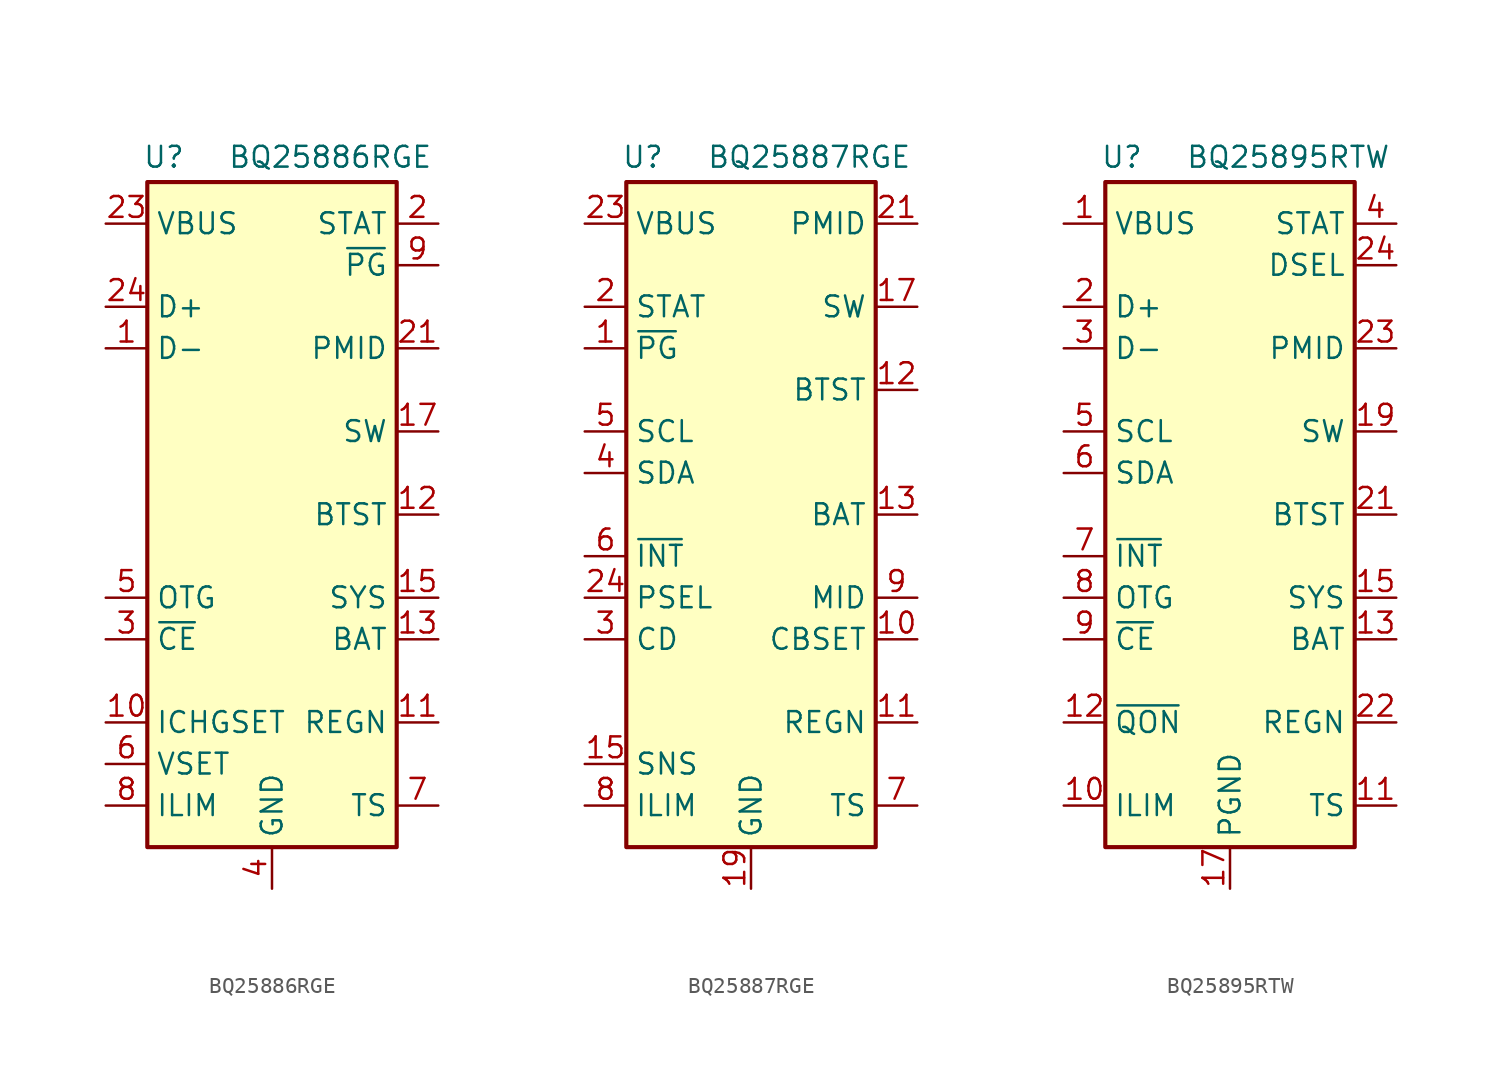
<source format=kicad_sym>
(kicad_symbol_lib
  (version 20241209)
  (generator "kicad_symbol_editor")
  (generator_version "9.0")
  (symbol "BQ25886RGE"
    (property "Reference" "U"
      (at -6.604 21.844 0)
      (effects (font (size 1.27 1.27))))
    (property "Value" "BQ25886RGE"
      (at 3.556 21.844 0)
      (effects (font (size 1.27 1.27))))
    (symbol "BQ25886RGE_0_1"
      (rectangle (start -7.62 20.32) (end 7.62 -20.32) (stroke (width 0.254) (type default)) (fill (type background))))
    (symbol "BQ25886RGE_1_1"
      (pin power_in line (at -10.16 17.78 0) (length 2.54) (name "VBUS" (effects (font (size 1.27 1.27)))) (number "23" (effects (font (size 1.27 1.27)))))
      (pin bidirectional line (at -10.16 12.7 0) (length 2.54) (name "D+" (effects (font (size 1.27 1.27)))) (number "24" (effects (font (size 1.27 1.27)))))
      (pin bidirectional line (at -10.16 10.16 0) (length 2.54) (name "D-" (effects (font (size 1.27 1.27)))) (number "1" (effects (font (size 1.27 1.27)))))
      (pin input line (at -10.16 -5.08 0) (length 2.54) (name "OTG" (effects (font (size 1.27 1.27)))) (number "5" (effects (font (size 1.27 1.27)))))
      (pin input line (at -10.16 -7.62 0) (length 2.54) (name "~{CE}" (effects (font (size 1.27 1.27)))) (number "3" (effects (font (size 1.27 1.27)))))
      (pin passive line (at -10.16 -12.7 0) (length 2.54) (name "ICHGSET" (effects (font (size 1.27 1.27)))) (number "10" (effects (font (size 1.27 1.27)))))
      (pin passive line (at -10.16 -15.24 0) (length 2.54) (name "VSET" (effects (font (size 1.27 1.27)))) (number "6" (effects (font (size 1.27 1.27)))))
      (pin passive line (at -10.16 -17.78 0) (length 2.54) (name "ILIM" (effects (font (size 1.27 1.27)))) (number "8" (effects (font (size 1.27 1.27)))))
      (pin passive line (at 0 -22.86 90) (length 2.54) (hide yes) (name "GND" (effects (font (size 1.27 1.27)))) (number "19" (effects (font (size 1.27 1.27)))))
      (pin passive line (at 0 -22.86 90) (length 2.54) (hide yes) (name "GND" (effects (font (size 1.27 1.27)))) (number "20" (effects (font (size 1.27 1.27)))))
      (pin passive line (at 0 -22.86 90) (length 2.54) (hide yes) (name "GND" (effects (font (size 1.27 1.27)))) (number "25" (effects (font (size 1.27 1.27)))))
      (pin power_in line (at 0 -22.86 90) (length 2.54) (name "GND" (effects (font (size 1.27 1.27)))) (number "4" (effects (font (size 1.27 1.27)))))
      (pin open_collector line (at 10.16 17.78 180) (length 2.54) (name "STAT" (effects (font (size 1.27 1.27)))) (number "2" (effects (font (size 1.27 1.27)))))
      (pin open_collector line (at 10.16 15.24 180) (length 2.54) (name "~{PG}" (effects (font (size 1.27 1.27)))) (number "9" (effects (font (size 1.27 1.27)))))
      (pin power_out line (at 10.16 10.16 180) (length 2.54) (name "PMID" (effects (font (size 1.27 1.27)))) (number "21" (effects (font (size 1.27 1.27)))))
      (pin passive line (at 10.16 10.16 180) (length 2.54) (hide yes) (name "PMID" (effects (font (size 1.27 1.27)))) (number "22" (effects (font (size 1.27 1.27)))))
      (pin power_in line (at 10.16 5.08 180) (length 2.54) (name "SW" (effects (font (size 1.27 1.27)))) (number "17" (effects (font (size 1.27 1.27)))))
      (pin passive line (at 10.16 5.08 180) (length 2.54) (hide yes) (name "SW" (effects (font (size 1.27 1.27)))) (number "18" (effects (font (size 1.27 1.27)))))
      (pin passive line (at 10.16 0 180) (length 2.54) (name "BTST" (effects (font (size 1.27 1.27)))) (number "12" (effects (font (size 1.27 1.27)))))
      (pin power_out line (at 10.16 -5.08 180) (length 2.54) (name "SYS" (effects (font (size 1.27 1.27)))) (number "15" (effects (font (size 1.27 1.27)))))
      (pin passive line (at 10.16 -5.08 180) (length 2.54) (hide yes) (name "SYS" (effects (font (size 1.27 1.27)))) (number "16" (effects (font (size 1.27 1.27)))))
      (pin passive line (at 10.16 -7.62 180) (length 2.54) (name "BAT" (effects (font (size 1.27 1.27)))) (number "13" (effects (font (size 1.27 1.27)))))
      (pin passive line (at 10.16 -7.62 180) (length 2.54) (hide yes) (name "BAT" (effects (font (size 1.27 1.27)))) (number "14" (effects (font (size 1.27 1.27)))))
      (pin power_out line (at 10.16 -12.7 180) (length 2.54) (name "REGN" (effects (font (size 1.27 1.27)))) (number "11" (effects (font (size 1.27 1.27)))))
      (pin input line (at 10.16 -17.78 180) (length 2.54) (name "TS" (effects (font (size 1.27 1.27)))) (number "7" (effects (font (size 1.27 1.27)))))))
  (symbol "BQ25887RGE"
    (property "Reference" "U"
      (at -6.604 21.844 0)
      (effects (font (size 1.27 1.27))))
    (property "Value" "BQ25887RGE"
      (at 3.556 21.844 0)
      (effects (font (size 1.27 1.27))))
    (symbol "BQ25887RGE_1_1"
      (rectangle (start -7.62 20.32) (end 7.62 -20.32) (stroke (width 0.254) (type default)) (fill (type background)))
      (pin power_in line (at -10.16 17.78 0) (length 2.54) (name "VBUS" (effects (font (size 1.27 1.27)))) (number "23" (effects (font (size 1.27 1.27)))))
      (pin open_collector line (at -10.16 12.7 0) (length 2.54) (name "STAT" (effects (font (size 1.27 1.27)))) (number "2" (effects (font (size 1.27 1.27)))))
      (pin open_collector line (at -10.16 10.16 0) (length 2.54) (name "~{PG}" (effects (font (size 1.27 1.27)))) (number "1" (effects (font (size 1.27 1.27)))))
      (pin input line (at -10.16 5.08 0) (length 2.54) (name "SCL" (effects (font (size 1.27 1.27)))) (number "5" (effects (font (size 1.27 1.27)))))
      (pin bidirectional line (at -10.16 2.54 0) (length 2.54) (name "SDA" (effects (font (size 1.27 1.27)))) (number "4" (effects (font (size 1.27 1.27)))))
      (pin open_collector line (at -10.16 -2.54 0) (length 2.54) (name "~{INT}" (effects (font (size 1.27 1.27)))) (number "6" (effects (font (size 1.27 1.27)))))
      (pin input line (at -10.16 -5.08 0) (length 2.54) (name "PSEL" (effects (font (size 1.27 1.27)))) (number "24" (effects (font (size 1.27 1.27)))))
      (pin input line (at -10.16 -7.62 0) (length 2.54) (name "CD" (effects (font (size 1.27 1.27)))) (number "3" (effects (font (size 1.27 1.27)))))
      (pin output line (at -10.16 -15.24 0) (length 2.54) (name "SNS" (effects (font (size 1.27 1.27)))) (number "15" (effects (font (size 1.27 1.27)))))
      (pin passive line (at -10.16 -15.24 0) (length 2.54) (hide yes) (name "SNS" (effects (font (size 1.27 1.27)))) (number "16" (effects (font (size 1.27 1.27)))))
      (pin passive line (at -10.16 -17.78 0) (length 2.54) (name "ILIM" (effects (font (size 1.27 1.27)))) (number "8" (effects (font (size 1.27 1.27)))))
      (pin power_in line (at 0 -22.86 90) (length 2.54) (name "GND" (effects (font (size 1.27 1.27)))) (number "19" (effects (font (size 1.27 1.27)))))
      (pin passive line (at 0 -22.86 90) (length 2.54) (hide yes) (name "GND" (effects (font (size 1.27 1.27)))) (number "20" (effects (font (size 1.27 1.27)))))
      (pin passive line (at 0 -22.86 90) (length 2.54) (hide yes) (name "GND" (effects (font (size 1.27 1.27)))) (number "25" (effects (font (size 1.27 1.27)))))
      (pin power_out line (at 10.16 17.78 180) (length 2.54) (name "PMID" (effects (font (size 1.27 1.27)))) (number "21" (effects (font (size 1.27 1.27)))))
      (pin passive line (at 10.16 17.78 180) (length 2.54) (hide yes) (name "PMID" (effects (font (size 1.27 1.27)))) (number "22" (effects (font (size 1.27 1.27)))))
      (pin power_out line (at 10.16 12.7 180) (length 2.54) (name "SW" (effects (font (size 1.27 1.27)))) (number "17" (effects (font (size 1.27 1.27)))))
      (pin passive line (at 10.16 12.7 180) (length 2.54) (hide yes) (name "SW" (effects (font (size 1.27 1.27)))) (number "18" (effects (font (size 1.27 1.27)))))
      (pin passive line (at 10.16 7.62 180) (length 2.54) (name "BTST" (effects (font (size 1.27 1.27)))) (number "12" (effects (font (size 1.27 1.27)))))
      (pin power_out line (at 10.16 0 180) (length 2.54) (name "BAT" (effects (font (size 1.27 1.27)))) (number "13" (effects (font (size 1.27 1.27)))))
      (pin passive line (at 10.16 0 180) (length 2.54) (hide yes) (name "BAT" (effects (font (size 1.27 1.27)))) (number "14" (effects (font (size 1.27 1.27)))))
      (pin input line (at 10.16 -5.08 180) (length 2.54) (name "MID" (effects (font (size 1.27 1.27)))) (number "9" (effects (font (size 1.27 1.27)))))
      (pin power_out line (at 10.16 -7.62 180) (length 2.54) (name "CBSET" (effects (font (size 1.27 1.27)))) (number "10" (effects (font (size 1.27 1.27)))))
      (pin power_out line (at 10.16 -12.7 180) (length 2.54) (name "REGN" (effects (font (size 1.27 1.27)))) (number "11" (effects (font (size 1.27 1.27)))))
      (pin input line (at 10.16 -17.78 180) (length 2.54) (name "TS" (effects (font (size 1.27 1.27)))) (number "7" (effects (font (size 1.27 1.27)))))))
  (symbol "BQ25895RTW"
    (property "Reference" "U"
      (at -6.604 21.844 0)
      (effects (font (size 1.27 1.27))))
    (property "Value" "BQ25895RTW"
      (at 3.556 21.844 0)
      (effects (font (size 1.27 1.27))))
    (symbol "BQ25895RTW_0_1"
      (rectangle (start -7.62 20.32) (end 7.62 -20.32) (stroke (width 0.254) (type default)) (fill (type background))))
    (symbol "BQ25895RTW_1_1"
      (pin power_in line (at -10.16 17.78 0) (length 2.54) (name "VBUS" (effects (font (size 1.27 1.27)))) (number "1" (effects (font (size 1.27 1.27)))))
      (pin bidirectional line (at -10.16 12.7 0) (length 2.54) (name "D+" (effects (font (size 1.27 1.27)))) (number "2" (effects (font (size 1.27 1.27)))))
      (pin bidirectional line (at -10.16 10.16 0) (length 2.54) (name "D-" (effects (font (size 1.27 1.27)))) (number "3" (effects (font (size 1.27 1.27)))))
      (pin input line (at -10.16 5.08 0) (length 2.54) (name "SCL" (effects (font (size 1.27 1.27)))) (number "5" (effects (font (size 1.27 1.27)))))
      (pin bidirectional line (at -10.16 2.54 0) (length 2.54) (name "SDA" (effects (font (size 1.27 1.27)))) (number "6" (effects (font (size 1.27 1.27)))))
      (pin open_collector line (at -10.16 -2.54 0) (length 2.54) (name "~{INT}" (effects (font (size 1.27 1.27)))) (number "7" (effects (font (size 1.27 1.27)))))
      (pin input line (at -10.16 -5.08 0) (length 2.54) (name "OTG" (effects (font (size 1.27 1.27)))) (number "8" (effects (font (size 1.27 1.27)))))
      (pin input line (at -10.16 -7.62 0) (length 2.54) (name "~{CE}" (effects (font (size 1.27 1.27)))) (number "9" (effects (font (size 1.27 1.27)))))
      (pin input line (at -10.16 -12.7 0) (length 2.54) (name "~{QON}" (effects (font (size 1.27 1.27)))) (number "12" (effects (font (size 1.27 1.27)))))
      (pin passive line (at -10.16 -17.78 0) (length 2.54) (name "ILIM" (effects (font (size 1.27 1.27)))) (number "10" (effects (font (size 1.27 1.27)))))
      (pin power_in line (at 0 -22.86 90) (length 2.54) (name "PGND" (effects (font (size 1.27 1.27)))) (number "17" (effects (font (size 1.27 1.27)))))
      (pin passive line (at 0 -22.86 90) (length 2.54) (hide yes) (name "PGND" (effects (font (size 1.27 1.27)))) (number "18" (effects (font (size 1.27 1.27)))))
      (pin passive line (at 0 -22.86 90) (length 2.54) (hide yes) (name "PGND" (effects (font (size 1.27 1.27)))) (number "25" (effects (font (size 1.27 1.27)))))
      (pin open_collector line (at 10.16 17.78 180) (length 2.54) (name "STAT" (effects (font (size 1.27 1.27)))) (number "4" (effects (font (size 1.27 1.27)))))
      (pin open_collector line (at 10.16 15.24 180) (length 2.54) (name "DSEL" (effects (font (size 1.27 1.27)))) (number "24" (effects (font (size 1.27 1.27)))))
      (pin power_out line (at 10.16 10.16 180) (length 2.54) (name "PMID" (effects (font (size 1.27 1.27)))) (number "23" (effects (font (size 1.27 1.27)))))
      (pin power_out line (at 10.16 5.08 180) (length 2.54) (name "SW" (effects (font (size 1.27 1.27)))) (number "19" (effects (font (size 1.27 1.27)))))
      (pin passive line (at 10.16 5.08 180) (length 2.54) (hide yes) (name "SW" (effects (font (size 1.27 1.27)))) (number "20" (effects (font (size 1.27 1.27)))))
      (pin passive line (at 10.16 0 180) (length 2.54) (name "BTST" (effects (font (size 1.27 1.27)))) (number "21" (effects (font (size 1.27 1.27)))))
      (pin passive line (at 10.16 -5.08 180) (length 2.54) (name "SYS" (effects (font (size 1.27 1.27)))) (number "15" (effects (font (size 1.27 1.27)))))
      (pin passive line (at 10.16 -5.08 180) (length 2.54) (hide yes) (name "SYS" (effects (font (size 1.27 1.27)))) (number "16" (effects (font (size 1.27 1.27)))))
      (pin passive line (at 10.16 -7.62 180) (length 2.54) (name "BAT" (effects (font (size 1.27 1.27)))) (number "13" (effects (font (size 1.27 1.27)))))
      (pin passive line (at 10.16 -7.62 180) (length 2.54) (hide yes) (name "BAT" (effects (font (size 1.27 1.27)))) (number "14" (effects (font (size 1.27 1.27)))))
      (pin power_out line (at 10.16 -12.7 180) (length 2.54) (name "REGN" (effects (font (size 1.27 1.27)))) (number "22" (effects (font (size 1.27 1.27)))))
      (pin passive line (at 10.16 -17.78 180) (length 2.54) (name "TS" (effects (font (size 1.27 1.27)))) (number "11" (effects (font (size 1.27 1.27))))))))
</source>
